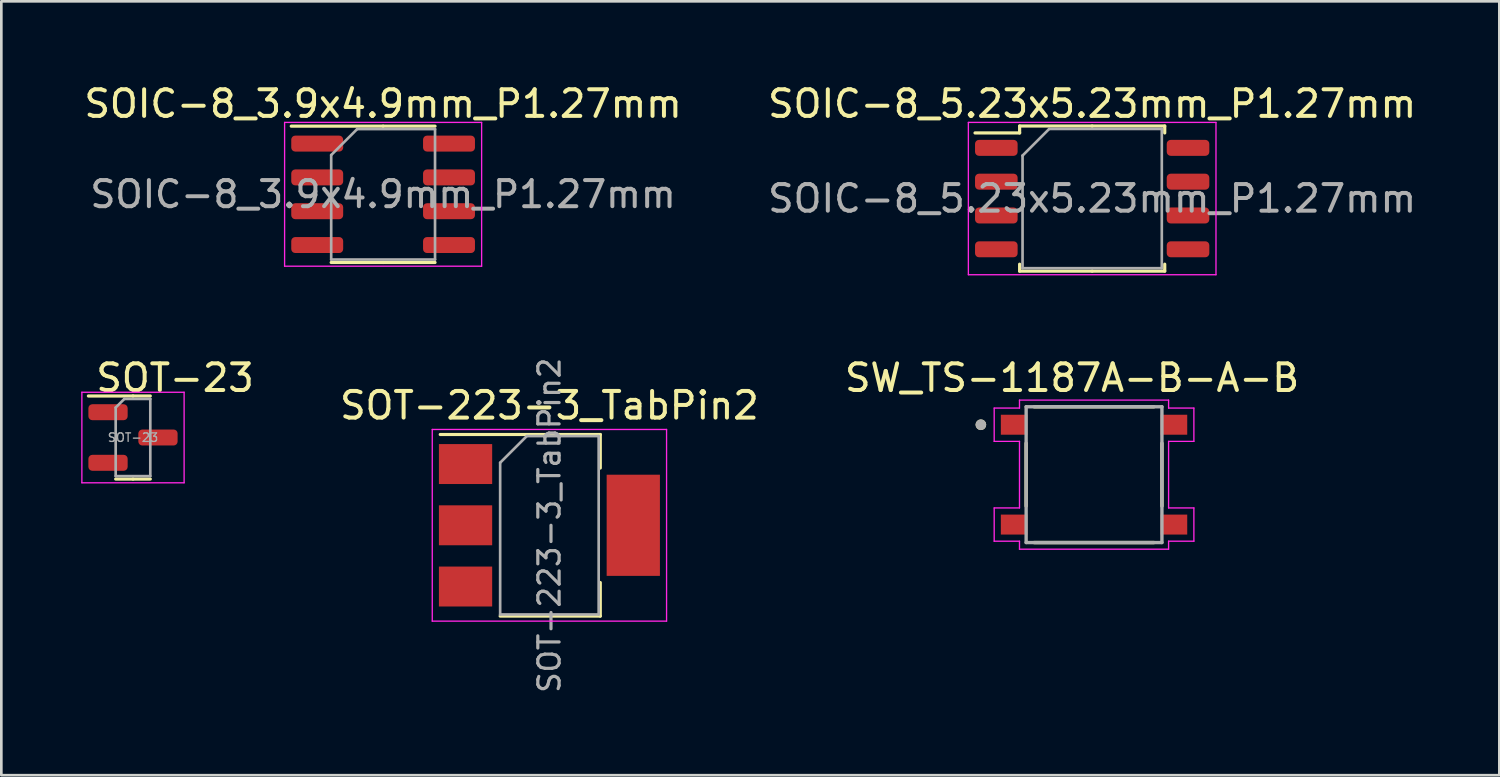
<source format=kicad_pcb>
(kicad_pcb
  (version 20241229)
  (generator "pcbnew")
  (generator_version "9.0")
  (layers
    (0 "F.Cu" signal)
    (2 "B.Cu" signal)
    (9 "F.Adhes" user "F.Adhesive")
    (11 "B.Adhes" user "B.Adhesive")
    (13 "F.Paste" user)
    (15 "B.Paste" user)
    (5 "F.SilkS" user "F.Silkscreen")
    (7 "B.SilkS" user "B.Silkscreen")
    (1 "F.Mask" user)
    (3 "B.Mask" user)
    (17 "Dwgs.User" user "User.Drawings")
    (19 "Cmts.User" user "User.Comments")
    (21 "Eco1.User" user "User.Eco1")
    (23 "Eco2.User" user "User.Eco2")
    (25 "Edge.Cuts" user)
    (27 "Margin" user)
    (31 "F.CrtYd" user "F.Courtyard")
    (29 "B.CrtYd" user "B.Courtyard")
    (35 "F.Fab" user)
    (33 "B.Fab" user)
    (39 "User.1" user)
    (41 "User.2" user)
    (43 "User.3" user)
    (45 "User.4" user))
  (footprint "SOIC-8_3.9x4.9mm_P1.27mm"
    (layer "F.Cu")
    (at 11.339 4.248)
    (property "Reference" "SOIC-8_3.9x4.9mm_P1.27mm" (at 0 -3.4 0) (layer "F.SilkS") (effects (font (size 1 1) (thickness 0.15))))
    (attr smd)
    (fp_line (start 0 -2.56) (end -3.45 -2.56) (stroke (width 0.12) (type solid)) (layer "F.SilkS"))
    (fp_line (start 0 -2.56) (end 1.95 -2.56) (stroke (width 0.12) (type solid)) (layer "F.SilkS"))
    (fp_line (start 0 2.56) (end -1.95 2.56) (stroke (width 0.12) (type solid)) (layer "F.SilkS"))
    (fp_line (start 0 2.56) (end 1.95 2.56) (stroke (width 0.12) (type solid)) (layer "F.SilkS"))
    (fp_line (start -3.7 -2.7) (end -3.7 2.7) (stroke (width 0.05) (type solid)) (layer "F.CrtYd"))
    (fp_line (start -3.7 2.7) (end 3.7 2.7) (stroke (width 0.05) (type solid)) (layer "F.CrtYd"))
    (fp_line (start 3.7 -2.7) (end -3.7 -2.7) (stroke (width 0.05) (type solid)) (layer "F.CrtYd"))
    (fp_line (start 3.7 2.7) (end 3.7 -2.7) (stroke (width 0.05) (type solid)) (layer "F.CrtYd"))
    (fp_line (start -1.95 -1.475) (end -0.975 -2.45) (stroke (width 0.1) (type solid)) (layer "F.Fab"))
    (fp_line (start -1.95 2.45) (end -1.95 -1.475) (stroke (width 0.1) (type solid)) (layer "F.Fab"))
    (fp_line (start -0.975 -2.45) (end 1.95 -2.45) (stroke (width 0.1) (type solid)) (layer "F.Fab"))
    (fp_line (start 1.95 -2.45) (end 1.95 2.45) (stroke (width 0.1) (type solid)) (layer "F.Fab"))
    (fp_line (start 1.95 2.45) (end -1.95 2.45) (stroke (width 0.1) (type solid)) (layer "F.Fab"))
    (fp_text user "${REFERENCE}" (at 0 0 0) (layer "F.Fab") (effects (font (size 0.98 0.98) (thickness 0.15))))
    (pad "1" smd roundrect (at -2.475 -1.905) (size 1.95 0.6) (layers "F.Cu" "F.Mask" "F.Paste") (roundrect_rratio 0.25))
    (pad "2" smd roundrect (at -2.475 -0.635) (size 1.95 0.6) (layers "F.Cu" "F.Mask" "F.Paste") (roundrect_rratio 0.25))
    (pad "3" smd roundrect (at -2.475 0.635) (size 1.95 0.6) (layers "F.Cu" "F.Mask" "F.Paste") (roundrect_rratio 0.25))
    (pad "4" smd roundrect (at -2.475 1.905) (size 1.95 0.6) (layers "F.Cu" "F.Mask" "F.Paste") (roundrect_rratio 0.25))
    (pad "5" smd roundrect (at 2.475 1.905) (size 1.95 0.6) (layers "F.Cu" "F.Mask" "F.Paste") (roundrect_rratio 0.25))
    (pad "6" smd roundrect (at 2.475 0.635) (size 1.95 0.6) (layers "F.Cu" "F.Mask" "F.Paste") (roundrect_rratio 0.25))
    (pad "7" smd roundrect (at 2.475 -0.635) (size 1.95 0.6) (layers "F.Cu" "F.Mask" "F.Paste") (roundrect_rratio 0.25))
    (pad "8" smd roundrect (at 2.475 -1.905) (size 1.95 0.6) (layers "F.Cu" "F.Mask" "F.Paste") (roundrect_rratio 0.25)))
  (footprint "SOIC-8_5.23x5.23mm_P1.27mm"
    (layer "F.Cu")
    (at 37.97 4.408)
    (property "Reference" "SOIC-8_5.23x5.23mm_P1.27mm" (at 0 -3.56 0) (layer "F.SilkS") (effects (font (size 1 1) (thickness 0.15))))
    (attr smd)
    (fp_line (start -2.725 -2.725) (end -2.725 -2.465) (stroke (width 0.12) (type solid)) (layer "F.SilkS"))
    (fp_line (start -2.725 -2.465) (end -4.4 -2.465) (stroke (width 0.12) (type solid)) (layer "F.SilkS"))
    (fp_line (start -2.725 2.725) (end -2.725 2.465) (stroke (width 0.12) (type solid)) (layer "F.SilkS"))
    (fp_line (start 0 -2.725) (end -2.725 -2.725) (stroke (width 0.12) (type solid)) (layer "F.SilkS"))
    (fp_line (start 0 -2.725) (end 2.725 -2.725) (stroke (width 0.12) (type solid)) (layer "F.SilkS"))
    (fp_line (start 0 2.725) (end -2.725 2.725) (stroke (width 0.12) (type solid)) (layer "F.SilkS"))
    (fp_line (start 0 2.725) (end 2.725 2.725) (stroke (width 0.12) (type solid)) (layer "F.SilkS"))
    (fp_line (start 2.725 -2.725) (end 2.725 -2.465) (stroke (width 0.12) (type solid)) (layer "F.SilkS"))
    (fp_line (start 2.725 2.725) (end 2.725 2.465) (stroke (width 0.12) (type solid)) (layer "F.SilkS"))
    (fp_line (start -4.65 -2.86) (end -4.65 2.86) (stroke (width 0.05) (type solid)) (layer "F.CrtYd"))
    (fp_line (start -4.65 2.86) (end 4.65 2.86) (stroke (width 0.05) (type solid)) (layer "F.CrtYd"))
    (fp_line (start 4.65 -2.86) (end -4.65 -2.86) (stroke (width 0.05) (type solid)) (layer "F.CrtYd"))
    (fp_line (start 4.65 2.86) (end 4.65 -2.86) (stroke (width 0.05) (type solid)) (layer "F.CrtYd"))
    (fp_line (start -2.615 -1.615) (end -1.615 -2.615) (stroke (width 0.1) (type solid)) (layer "F.Fab"))
    (fp_line (start -2.615 2.615) (end -2.615 -1.615) (stroke (width 0.1) (type solid)) (layer "F.Fab"))
    (fp_line (start -1.615 -2.615) (end 2.615 -2.615) (stroke (width 0.1) (type solid)) (layer "F.Fab"))
    (fp_line (start 2.615 -2.615) (end 2.615 2.615) (stroke (width 0.1) (type solid)) (layer "F.Fab"))
    (fp_line (start 2.615 2.615) (end -2.615 2.615) (stroke (width 0.1) (type solid)) (layer "F.Fab"))
    (fp_text user "${REFERENCE}" (at 0 0 0) (layer "F.Fab") (effects (font (size 1 1) (thickness 0.15))))
    (pad "1" smd roundrect (at -3.6 -1.905) (size 1.6 0.6) (layers "F.Cu" "F.Mask" "F.Paste") (roundrect_rratio 0.25))
    (pad "2" smd roundrect (at -3.6 -0.635) (size 1.6 0.6) (layers "F.Cu" "F.Mask" "F.Paste") (roundrect_rratio 0.25))
    (pad "3" smd roundrect (at -3.6 0.635) (size 1.6 0.6) (layers "F.Cu" "F.Mask" "F.Paste") (roundrect_rratio 0.25))
    (pad "4" smd roundrect (at -3.6 1.905) (size 1.6 0.6) (layers "F.Cu" "F.Mask" "F.Paste") (roundrect_rratio 0.25))
    (pad "5" smd roundrect (at 3.6 1.905) (size 1.6 0.6) (layers "F.Cu" "F.Mask" "F.Paste") (roundrect_rratio 0.25))
    (pad "6" smd roundrect (at 3.6 0.635) (size 1.6 0.6) (layers "F.Cu" "F.Mask" "F.Paste") (roundrect_rratio 0.25))
    (pad "7" smd roundrect (at 3.6 -0.635) (size 1.6 0.6) (layers "F.Cu" "F.Mask" "F.Paste") (roundrect_rratio 0.25))
    (pad "8" smd roundrect (at 3.6 -1.905) (size 1.6 0.6) (layers "F.Cu" "F.Mask" "F.Paste") (roundrect_rratio 0.25)))
  (footprint "SOT-223-3_TabPin2"
    (layer "F.Cu")
    (at 17.585 16.679)
    (property "Reference" "SOT-223-3_TabPin2" (at 0 -4.5 0) (layer "F.SilkS") (effects (font (size 1 1) (thickness 0.15))))
    (attr smd)
    (fp_line (start -4.1 -3.41) (end 1.91 -3.41) (stroke (width 0.12) (type solid)) (layer "F.SilkS"))
    (fp_line (start -1.85 3.41) (end 1.91 3.41) (stroke (width 0.12) (type solid)) (layer "F.SilkS"))
    (fp_line (start 1.91 -3.41) (end 1.91 -2.15) (stroke (width 0.12) (type solid)) (layer "F.SilkS"))
    (fp_line (start 1.91 3.41) (end 1.91 2.15) (stroke (width 0.12) (type solid)) (layer "F.SilkS"))
    (fp_line (start -4.4 -3.6) (end -4.4 3.6) (stroke (width 0.05) (type solid)) (layer "F.CrtYd"))
    (fp_line (start -4.4 3.6) (end 4.4 3.6) (stroke (width 0.05) (type solid)) (layer "F.CrtYd"))
    (fp_line (start 4.4 -3.6) (end -4.4 -3.6) (stroke (width 0.05) (type solid)) (layer "F.CrtYd"))
    (fp_line (start 4.4 3.6) (end 4.4 -3.6) (stroke (width 0.05) (type solid)) (layer "F.CrtYd"))
    (fp_line (start -1.85 -2.35) (end -1.85 3.35) (stroke (width 0.1) (type solid)) (layer "F.Fab"))
    (fp_line (start -1.85 -2.35) (end -0.85 -3.35) (stroke (width 0.1) (type solid)) (layer "F.Fab"))
    (fp_line (start -1.85 3.35) (end 1.85 3.35) (stroke (width 0.1) (type solid)) (layer "F.Fab"))
    (fp_line (start -0.85 -3.35) (end 1.85 -3.35) (stroke (width 0.1) (type solid)) (layer "F.Fab"))
    (fp_line (start 1.85 -3.35) (end 1.85 3.35) (stroke (width 0.1) (type solid)) (layer "F.Fab"))
    (fp_text user "${REFERENCE}" (at 0 0 90) (layer "F.Fab") (effects (font (size 0.8 0.8) (thickness 0.12))))
    (pad "1" smd rect (at -3.15 -2.3) (size 2 1.5) (layers "F.Cu" "F.Mask" "F.Paste"))
    (pad "2" smd rect (at -3.15 0) (size 2 1.5) (layers "F.Cu" "F.Mask" "F.Paste"))
    (pad "2" smd rect (at 3.15 0) (size 2 3.8) (layers "F.Cu" "F.Mask" "F.Paste"))
    (pad "3" smd rect (at -3.15 2.3) (size 2 1.5) (layers "F.Cu" "F.Mask" "F.Paste")))
  (footprint "SOT-23"
    (layer "F.Cu")
    (at 1.945 13.382)
    (property "Reference" "SOT-23" (at 1.58 -2.24 180) (layer "F.SilkS") (effects (font (size 1 1) (thickness 0.15))))
    (attr smd)
    (fp_line (start 0 -1.56) (end -1.675 -1.56) (stroke (width 0.12) (type solid)) (layer "F.SilkS"))
    (fp_line (start 0 -1.56) (end 0.65 -1.56) (stroke (width 0.12) (type solid)) (layer "F.SilkS"))
    (fp_line (start 0 1.56) (end -0.65 1.56) (stroke (width 0.12) (type solid)) (layer "F.SilkS"))
    (fp_line (start 0 1.56) (end 0.65 1.56) (stroke (width 0.12) (type solid)) (layer "F.SilkS"))
    (fp_line (start -1.92 -1.7) (end -1.92 1.7) (stroke (width 0.05) (type solid)) (layer "F.CrtYd"))
    (fp_line (start -1.92 1.7) (end 1.92 1.7) (stroke (width 0.05) (type solid)) (layer "F.CrtYd"))
    (fp_line (start 1.92 -1.7) (end -1.92 -1.7) (stroke (width 0.05) (type solid)) (layer "F.CrtYd"))
    (fp_line (start 1.92 1.7) (end 1.92 -1.7) (stroke (width 0.05) (type solid)) (layer "F.CrtYd"))
    (fp_line (start -0.65 -1.125) (end -0.325 -1.45) (stroke (width 0.1) (type solid)) (layer "F.Fab"))
    (fp_line (start -0.65 1.45) (end -0.65 -1.125) (stroke (width 0.1) (type solid)) (layer "F.Fab"))
    (fp_line (start -0.325 -1.45) (end 0.65 -1.45) (stroke (width 0.1) (type solid)) (layer "F.Fab"))
    (fp_line (start 0.65 -1.45) (end 0.65 1.45) (stroke (width 0.1) (type solid)) (layer "F.Fab"))
    (fp_line (start 0.65 1.45) (end -0.65 1.45) (stroke (width 0.1) (type solid)) (layer "F.Fab"))
    (fp_text user "${REFERENCE}" (at 0 0 180) (layer "F.Fab") (effects (font (size 0.32 0.32) (thickness 0.05))))
    (pad "1" smd roundrect (at -0.938 -0.95) (size 1.475 0.6) (layers "F.Cu" "F.Mask" "F.Paste") (roundrect_rratio 0.25))
    (pad "2" smd roundrect (at -0.938 0.95) (size 1.475 0.6) (layers "F.Cu" "F.Mask" "F.Paste") (roundrect_rratio 0.25))
    (pad "3" smd roundrect (at 0.938 0) (size 1.475 0.6) (layers "F.Cu" "F.Mask" "F.Paste") (roundrect_rratio 0.25)))
  (footprint "SW_TS-1187A-B-A-B"
    (layer "F.Cu")
    (at 38.04 14.777)
    (property "Reference" "SW_TS-1187A-B-A-B" (at -0.825 -3.635 180) (layer "F.SilkS") (effects (font (size 1 1) (thickness 0.15))))
    (attr smd)
    (fp_line (start -2.55 -1.18) (end -2.55 1.18) (stroke (width 0.127) (type solid)) (layer "F.SilkS"))
    (fp_line (start 2.25 -2.55) (end -2.25 -2.55) (stroke (width 0.127) (type solid)) (layer "F.SilkS"))
    (fp_line (start 2.25 2.55) (end -2.25 2.55) (stroke (width 0.127) (type solid)) (layer "F.SilkS"))
    (fp_line (start 2.55 1.18) (end 2.55 -1.18) (stroke (width 0.127) (type solid)) (layer "F.SilkS"))
    (fp_circle (center -4.25 -1.875) (end -4.15 -1.875) (stroke (width 0.2) (type solid)) (fill no) (layer "F.SilkS"))
    (fp_line (start -3.75 -2.5) (end -3.75 -1.25) (stroke (width 0.05) (type solid)) (layer "F.CrtYd"))
    (fp_line (start -3.75 -2.5) (end -2.8 -2.5) (stroke (width 0.05) (type solid)) (layer "F.CrtYd"))
    (fp_line (start -3.75 -1.25) (end -2.8 -1.25) (stroke (width 0.05) (type solid)) (layer "F.CrtYd"))
    (fp_line (start -3.75 1.25) (end -2.8 1.25) (stroke (width 0.05) (type solid)) (layer "F.CrtYd"))
    (fp_line (start -3.75 2.5) (end -3.75 1.25) (stroke (width 0.05) (type solid)) (layer "F.CrtYd"))
    (fp_line (start -3.75 2.5) (end -2.8 2.5) (stroke (width 0.05) (type solid)) (layer "F.CrtYd"))
    (fp_line (start -2.8 -2.8) (end -2.8 -2.5) (stroke (width 0.05) (type solid)) (layer "F.CrtYd"))
    (fp_line (start -2.8 -1.25) (end -2.8 1.25) (stroke (width 0.05) (type solid)) (layer "F.CrtYd"))
    (fp_line (start -2.8 2.8) (end -2.8 2.5) (stroke (width 0.05) (type solid)) (layer "F.CrtYd"))
    (fp_line (start -2.8 2.8) (end 2.8 2.8) (stroke (width 0.05) (type solid)) (layer "F.CrtYd"))
    (fp_line (start 2.8 -2.8) (end -2.8 -2.8) (stroke (width 0.05) (type solid)) (layer "F.CrtYd"))
    (fp_line (start 2.8 -2.8) (end 2.8 -2.5) (stroke (width 0.05) (type solid)) (layer "F.CrtYd"))
    (fp_line (start 2.8 -1.25) (end 2.8 1.25) (stroke (width 0.05) (type solid)) (layer "F.CrtYd"))
    (fp_line (start 2.8 2.8) (end 2.8 2.5) (stroke (width 0.05) (type solid)) (layer "F.CrtYd"))
    (fp_line (start 3.75 -2.5) (end 2.8 -2.5) (stroke (width 0.05) (type solid)) (layer "F.CrtYd"))
    (fp_line (start 3.75 -2.5) (end 3.75 -1.25) (stroke (width 0.05) (type solid)) (layer "F.CrtYd"))
    (fp_line (start 3.75 -1.25) (end 2.8 -1.25) (stroke (width 0.05) (type solid)) (layer "F.CrtYd"))
    (fp_line (start 3.75 1.25) (end 2.8 1.25) (stroke (width 0.05) (type solid)) (layer "F.CrtYd"))
    (fp_line (start 3.75 2.5) (end 2.8 2.5) (stroke (width 0.05) (type solid)) (layer "F.CrtYd"))
    (fp_line (start 3.75 2.5) (end 3.75 1.25) (stroke (width 0.05) (type solid)) (layer "F.CrtYd"))
    (fp_line (start -2.55 -2.55) (end -2.55 2.55) (stroke (width 0.127) (type solid)) (layer "F.Fab"))
    (fp_line (start -2.55 2.55) (end 2.55 2.55) (stroke (width 0.127) (type solid)) (layer "F.Fab"))
    (fp_line (start 2.55 -2.55) (end -2.55 -2.55) (stroke (width 0.127) (type solid)) (layer "F.Fab"))
    (fp_line (start 2.55 2.55) (end 2.55 -2.55) (stroke (width 0.127) (type solid)) (layer "F.Fab"))
    (fp_circle (center -4.25 -1.875) (end -4.15 -1.875) (stroke (width 0.2) (type solid)) (fill no) (layer "F.Fab"))
    (pad "A" smd rect (at -3 -1.875) (size 1 0.75) (layers "F.Cu" "F.Mask" "F.Paste"))
    (pad "B" smd rect (at 3 -1.875) (size 1 0.75) (layers "F.Cu" "F.Mask" "F.Paste"))
    (pad "C" smd rect (at -3 1.875) (size 1 0.75) (layers "F.Cu" "F.Mask" "F.Paste"))
    (pad "D" smd rect (at 3 1.875) (size 1 0.75) (layers "F.Cu" "F.Mask" "F.Paste")))
  (gr_rect
    (start -3 -3)
    (end 53.262 26.065)
    (stroke (width 0.1) (type default))
    (fill no)
    (layer "Edge.Cuts")))
</source>
